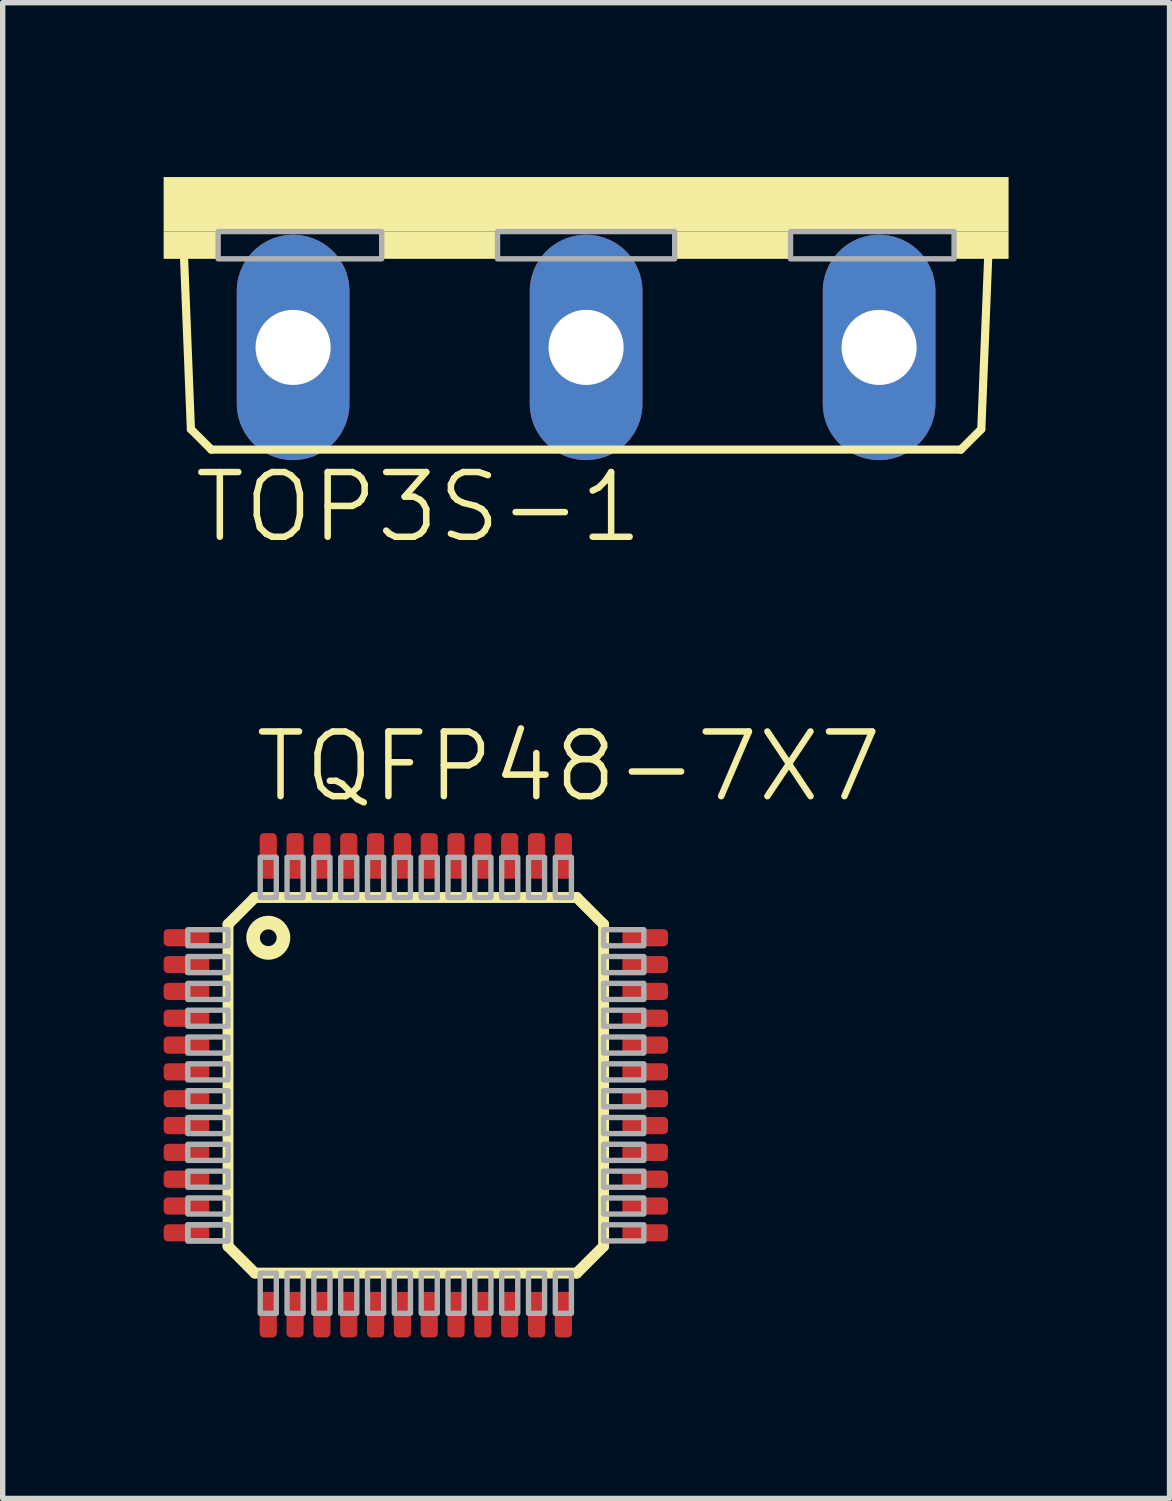
<source format=kicad_pcb>
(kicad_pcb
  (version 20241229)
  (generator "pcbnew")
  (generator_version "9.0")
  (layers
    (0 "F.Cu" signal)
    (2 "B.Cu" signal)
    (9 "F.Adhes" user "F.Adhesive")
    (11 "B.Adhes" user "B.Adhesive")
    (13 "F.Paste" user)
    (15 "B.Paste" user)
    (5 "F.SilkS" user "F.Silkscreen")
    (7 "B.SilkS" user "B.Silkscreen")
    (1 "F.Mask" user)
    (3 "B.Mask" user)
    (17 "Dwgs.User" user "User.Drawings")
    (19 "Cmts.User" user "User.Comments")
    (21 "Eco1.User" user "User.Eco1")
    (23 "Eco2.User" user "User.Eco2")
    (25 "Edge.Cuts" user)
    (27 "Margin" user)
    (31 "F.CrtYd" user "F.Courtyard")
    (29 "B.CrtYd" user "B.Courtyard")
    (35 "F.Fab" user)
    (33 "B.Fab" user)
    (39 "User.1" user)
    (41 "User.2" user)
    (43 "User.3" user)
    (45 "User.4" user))
  (footprint "TOP3S-1"
    (layer "F.Cu")
    (at 7.874 0.25)
    (property "Reference" "TOP3S-1" (at -7.366 6.858 0) (layer "F.SilkS") (effects (font (size 1.206 1.206) (thickness 0.121)) (justify left bottom)))
    (attr through_hole)
    (fp_line (start -7.366 4.699) (end -7.493 1.524) (stroke (width 0.152) (type solid)) (layer "F.SilkS"))
    (fp_line (start -6.985 5.08) (end -7.366 4.699) (stroke (width 0.152) (type solid)) (layer "F.SilkS"))
    (fp_line (start -6.985 5.08) (end 6.985 5.08) (stroke (width 0.152) (type solid)) (layer "F.SilkS"))
    (fp_line (start 6.985 5.08) (end 7.366 4.699) (stroke (width 0.152) (type solid)) (layer "F.SilkS"))
    (fp_line (start 7.366 4.699) (end 7.493 1.524) (stroke (width 0.152) (type solid)) (layer "F.SilkS"))
    (fp_poly (pts (xy -7.874 1.016) (xy 7.874 1.016) (xy 7.874 0) (xy -7.874 0)) (stroke (width 0) (type solid)) (fill yes) (layer "F.SilkS"))
    (fp_poly (pts (xy -7.874 1.524) (xy -6.858 1.524) (xy -6.858 1.016) (xy -7.874 1.016)) (stroke (width 0) (type solid)) (fill yes) (layer "F.SilkS"))
    (fp_poly (pts (xy -3.81 1.524) (xy -1.651 1.524) (xy -1.651 1.016) (xy -3.81 1.016)) (stroke (width 0) (type solid)) (fill yes) (layer "F.SilkS"))
    (fp_poly (pts (xy 1.651 1.524) (xy 3.81 1.524) (xy 3.81 1.016) (xy 1.651 1.016)) (stroke (width 0) (type solid)) (fill yes) (layer "F.SilkS"))
    (fp_poly (pts (xy 6.858 1.524) (xy 7.874 1.524) (xy 7.874 1.016) (xy 6.858 1.016)) (stroke (width 0) (type solid)) (fill yes) (layer "F.SilkS"))
    (fp_poly (pts (xy -6.858 1.524) (xy -3.81 1.524) (xy -3.81 1.016) (xy -6.858 1.016)) (stroke (width 0.1) (type solid)) (fill no) (layer "F.Fab"))
    (fp_poly (pts (xy -1.651 1.524) (xy 1.651 1.524) (xy 1.651 1.016) (xy -1.651 1.016)) (stroke (width 0.1) (type solid)) (fill no) (layer "F.Fab"))
    (fp_poly (pts (xy 3.81 1.524) (xy 6.858 1.524) (xy 6.858 1.016) (xy 3.81 1.016)) (stroke (width 0.1) (type solid)) (fill no) (layer "F.Fab"))
    (pad "A1" thru_hole oval (at -5.461 3.175 90) (size 4.2 2.1) (drill 1.4) (layers "*.Cu" "*.Mask"))
    (pad "A2" thru_hole oval (at 0 3.175 90) (size 4.2 2.1) (drill 1.4) (layers "*.Cu" "*.Mask"))
    (pad "G" thru_hole oval (at 5.461 3.175 90) (size 4.2 2.1) (drill 1.4) (layers "*.Cu" "*.Mask")))
  (footprint "TQFP48-7X7"
    (layer "F.Cu")
    (at 4.7 17.178)
    (property "Reference" "TQFP48-7X7" (at -3.06 -5.235 0) (layer "F.SilkS") (effects (font (size 1.206 1.206) (thickness 0.121)) (justify left bottom)))
    (attr through_hole)
    (fp_line (start -3.5 -3) (end -3 -3.5) (stroke (width 0.203) (type solid)) (layer "F.SilkS"))
    (fp_line (start -3.5 3) (end -3.5 -3) (stroke (width 0.203) (type solid)) (layer "F.SilkS"))
    (fp_line (start -3 -3.5) (end 3 -3.5) (stroke (width 0.203) (type solid)) (layer "F.SilkS"))
    (fp_line (start -3 3.5) (end -3.5 3) (stroke (width 0.203) (type solid)) (layer "F.SilkS"))
    (fp_line (start 3 -3.5) (end 3.5 -3) (stroke (width 0.203) (type solid)) (layer "F.SilkS"))
    (fp_line (start 3 3.5) (end -3 3.5) (stroke (width 0.203) (type solid)) (layer "F.SilkS"))
    (fp_line (start 3.5 -3) (end 3.5 3) (stroke (width 0.203) (type solid)) (layer "F.SilkS"))
    (fp_line (start 3.5 3) (end 3 3.5) (stroke (width 0.203) (type solid)) (layer "F.SilkS"))
    (fp_circle (center -2.75 -2.75) (end -2.467 -2.75) (stroke (width 0.254) (type solid)) (fill no) (layer "F.SilkS"))
    (fp_poly (pts (xy -4.25 -2.6) (xy -3.5 -2.6) (xy -3.5 -2.9) (xy -4.25 -2.9)) (stroke (width 0.1) (type solid)) (fill no) (layer "F.Fab"))
    (fp_poly (pts (xy -4.25 -2.1) (xy -3.5 -2.1) (xy -3.5 -2.4) (xy -4.25 -2.4)) (stroke (width 0.1) (type solid)) (fill no) (layer "F.Fab"))
    (fp_poly (pts (xy -4.25 -1.6) (xy -3.5 -1.6) (xy -3.5 -1.9) (xy -4.25 -1.9)) (stroke (width 0.1) (type solid)) (fill no) (layer "F.Fab"))
    (fp_poly (pts (xy -4.25 -1.1) (xy -3.5 -1.1) (xy -3.5 -1.4) (xy -4.25 -1.4)) (stroke (width 0.1) (type solid)) (fill no) (layer "F.Fab"))
    (fp_poly (pts (xy -4.25 -0.6) (xy -3.5 -0.6) (xy -3.5 -0.9) (xy -4.25 -0.9)) (stroke (width 0.1) (type solid)) (fill no) (layer "F.Fab"))
    (fp_poly (pts (xy -4.25 -0.1) (xy -3.5 -0.1) (xy -3.5 -0.4) (xy -4.25 -0.4)) (stroke (width 0.1) (type solid)) (fill no) (layer "F.Fab"))
    (fp_poly (pts (xy -4.25 0.4) (xy -3.5 0.4) (xy -3.5 0.1) (xy -4.25 0.1)) (stroke (width 0.1) (type solid)) (fill no) (layer "F.Fab"))
    (fp_poly (pts (xy -4.25 0.9) (xy -3.5 0.9) (xy -3.5 0.6) (xy -4.25 0.6)) (stroke (width 0.1) (type solid)) (fill no) (layer "F.Fab"))
    (fp_poly (pts (xy -4.25 1.4) (xy -3.5 1.4) (xy -3.5 1.1) (xy -4.25 1.1)) (stroke (width 0.1) (type solid)) (fill no) (layer "F.Fab"))
    (fp_poly (pts (xy -4.25 1.9) (xy -3.5 1.9) (xy -3.5 1.6) (xy -4.25 1.6)) (stroke (width 0.1) (type solid)) (fill no) (layer "F.Fab"))
    (fp_poly (pts (xy -4.25 2.4) (xy -3.5 2.4) (xy -3.5 2.1) (xy -4.25 2.1)) (stroke (width 0.1) (type solid)) (fill no) (layer "F.Fab"))
    (fp_poly (pts (xy -4.25 2.9) (xy -3.5 2.9) (xy -3.5 2.6) (xy -4.25 2.6)) (stroke (width 0.1) (type solid)) (fill no) (layer "F.Fab"))
    (fp_poly (pts (xy -4.25 2.9) (xy -3.5 2.9) (xy -3.5 2.6) (xy -4.25 2.6)) (stroke (width 0.1) (type solid)) (fill no) (layer "F.Fab"))
    (fp_poly (pts (xy -2.9 -3.5) (xy -2.6 -3.5) (xy -2.6 -4.25) (xy -2.9 -4.25)) (stroke (width 0.1) (type solid)) (fill no) (layer "F.Fab"))
    (fp_poly (pts (xy -2.9 4.25) (xy -2.6 4.25) (xy -2.6 3.5) (xy -2.9 3.5)) (stroke (width 0.1) (type solid)) (fill no) (layer "F.Fab"))
    (fp_poly (pts (xy -2.4 -3.5) (xy -2.1 -3.5) (xy -2.1 -4.25) (xy -2.4 -4.25)) (stroke (width 0.1) (type solid)) (fill no) (layer "F.Fab"))
    (fp_poly (pts (xy -2.4 4.25) (xy -2.1 4.25) (xy -2.1 3.5) (xy -2.4 3.5)) (stroke (width 0.1) (type solid)) (fill no) (layer "F.Fab"))
    (fp_poly (pts (xy -1.9 -3.5) (xy -1.6 -3.5) (xy -1.6 -4.25) (xy -1.9 -4.25)) (stroke (width 0.1) (type solid)) (fill no) (layer "F.Fab"))
    (fp_poly (pts (xy -1.9 4.25) (xy -1.6 4.25) (xy -1.6 3.5) (xy -1.9 3.5)) (stroke (width 0.1) (type solid)) (fill no) (layer "F.Fab"))
    (fp_poly (pts (xy -1.4 -3.5) (xy -1.1 -3.5) (xy -1.1 -4.25) (xy -1.4 -4.25)) (stroke (width 0.1) (type solid)) (fill no) (layer "F.Fab"))
    (fp_poly (pts (xy -1.4 4.25) (xy -1.1 4.25) (xy -1.1 3.5) (xy -1.4 3.5)) (stroke (width 0.1) (type solid)) (fill no) (layer "F.Fab"))
    (fp_poly (pts (xy -0.9 -3.5) (xy -0.6 -3.5) (xy -0.6 -4.25) (xy -0.9 -4.25)) (stroke (width 0.1) (type solid)) (fill no) (layer "F.Fab"))
    (fp_poly (pts (xy -0.9 4.25) (xy -0.6 4.25) (xy -0.6 3.5) (xy -0.9 3.5)) (stroke (width 0.1) (type solid)) (fill no) (layer "F.Fab"))
    (fp_poly (pts (xy -0.4 -3.5) (xy -0.1 -3.5) (xy -0.1 -4.25) (xy -0.4 -4.25)) (stroke (width 0.1) (type solid)) (fill no) (layer "F.Fab"))
    (fp_poly (pts (xy -0.4 4.25) (xy -0.1 4.25) (xy -0.1 3.5) (xy -0.4 3.5)) (stroke (width 0.1) (type solid)) (fill no) (layer "F.Fab"))
    (fp_poly (pts (xy 0.1 -3.5) (xy 0.4 -3.5) (xy 0.4 -4.25) (xy 0.1 -4.25)) (stroke (width 0.1) (type solid)) (fill no) (layer "F.Fab"))
    (fp_poly (pts (xy 0.1 4.25) (xy 0.4 4.25) (xy 0.4 3.5) (xy 0.1 3.5)) (stroke (width 0.1) (type solid)) (fill no) (layer "F.Fab"))
    (fp_poly (pts (xy 0.6 -3.5) (xy 0.9 -3.5) (xy 0.9 -4.25) (xy 0.6 -4.25)) (stroke (width 0.1) (type solid)) (fill no) (layer "F.Fab"))
    (fp_poly (pts (xy 0.6 4.25) (xy 0.9 4.25) (xy 0.9 3.5) (xy 0.6 3.5)) (stroke (width 0.1) (type solid)) (fill no) (layer "F.Fab"))
    (fp_poly (pts (xy 1.1 -3.5) (xy 1.4 -3.5) (xy 1.4 -4.25) (xy 1.1 -4.25)) (stroke (width 0.1) (type solid)) (fill no) (layer "F.Fab"))
    (fp_poly (pts (xy 1.1 4.25) (xy 1.4 4.25) (xy 1.4 3.5) (xy 1.1 3.5)) (stroke (width 0.1) (type solid)) (fill no) (layer "F.Fab"))
    (fp_poly (pts (xy 1.6 -3.5) (xy 1.9 -3.5) (xy 1.9 -4.25) (xy 1.6 -4.25)) (stroke (width 0.1) (type solid)) (fill no) (layer "F.Fab"))
    (fp_poly (pts (xy 1.6 4.25) (xy 1.9 4.25) (xy 1.9 3.5) (xy 1.6 3.5)) (stroke (width 0.1) (type solid)) (fill no) (layer "F.Fab"))
    (fp_poly (pts (xy 2.1 -3.5) (xy 2.4 -3.5) (xy 2.4 -4.25) (xy 2.1 -4.25)) (stroke (width 0.1) (type solid)) (fill no) (layer "F.Fab"))
    (fp_poly (pts (xy 2.1 4.25) (xy 2.4 4.25) (xy 2.4 3.5) (xy 2.1 3.5)) (stroke (width 0.1) (type solid)) (fill no) (layer "F.Fab"))
    (fp_poly (pts (xy 2.6 -3.5) (xy 2.9 -3.5) (xy 2.9 -4.25) (xy 2.6 -4.25)) (stroke (width 0.1) (type solid)) (fill no) (layer "F.Fab"))
    (fp_poly (pts (xy 2.6 4.25) (xy 2.9 4.25) (xy 2.9 3.5) (xy 2.6 3.5)) (stroke (width 0.1) (type solid)) (fill no) (layer "F.Fab"))
    (fp_poly (pts (xy 3.5 -2.6) (xy 4.25 -2.6) (xy 4.25 -2.9) (xy 3.5 -2.9)) (stroke (width 0.1) (type solid)) (fill no) (layer "F.Fab"))
    (fp_poly (pts (xy 3.5 -2.1) (xy 4.25 -2.1) (xy 4.25 -2.4) (xy 3.5 -2.4)) (stroke (width 0.1) (type solid)) (fill no) (layer "F.Fab"))
    (fp_poly (pts (xy 3.5 -1.6) (xy 4.25 -1.6) (xy 4.25 -1.9) (xy 3.5 -1.9)) (stroke (width 0.1) (type solid)) (fill no) (layer "F.Fab"))
    (fp_poly (pts (xy 3.5 -1.1) (xy 4.25 -1.1) (xy 4.25 -1.4) (xy 3.5 -1.4)) (stroke (width 0.1) (type solid)) (fill no) (layer "F.Fab"))
    (fp_poly (pts (xy 3.5 -0.6) (xy 4.25 -0.6) (xy 4.25 -0.9) (xy 3.5 -0.9)) (stroke (width 0.1) (type solid)) (fill no) (layer "F.Fab"))
    (fp_poly (pts (xy 3.5 -0.1) (xy 4.25 -0.1) (xy 4.25 -0.4) (xy 3.5 -0.4)) (stroke (width 0.1) (type solid)) (fill no) (layer "F.Fab"))
    (fp_poly (pts (xy 3.5 0.4) (xy 4.25 0.4) (xy 4.25 0.1) (xy 3.5 0.1)) (stroke (width 0.1) (type solid)) (fill no) (layer "F.Fab"))
    (fp_poly (pts (xy 3.5 0.9) (xy 4.25 0.9) (xy 4.25 0.6) (xy 3.5 0.6)) (stroke (width 0.1) (type solid)) (fill no) (layer "F.Fab"))
    (fp_poly (pts (xy 3.5 1.4) (xy 4.25 1.4) (xy 4.25 1.1) (xy 3.5 1.1)) (stroke (width 0.1) (type solid)) (fill no) (layer "F.Fab"))
    (fp_poly (pts (xy 3.5 1.9) (xy 4.25 1.9) (xy 4.25 1.6) (xy 3.5 1.6)) (stroke (width 0.1) (type solid)) (fill no) (layer "F.Fab"))
    (fp_poly (pts (xy 3.5 2.4) (xy 4.25 2.4) (xy 4.25 2.1) (xy 3.5 2.1)) (stroke (width 0.1) (type solid)) (fill no) (layer "F.Fab"))
    (fp_poly (pts (xy 3.5 2.9) (xy 4.25 2.9) (xy 4.25 2.6) (xy 3.5 2.6)) (stroke (width 0.1) (type solid)) (fill no) (layer "F.Fab"))
    (pad "1" smd roundrect (at -4.275 -2.75) (size 0.85 0.32) (layers "F.Cu" "F.Mask" "F.Paste") (roundrect_rratio 0.25))
    (pad "2" smd roundrect (at -4.275 -2.25) (size 0.85 0.32) (layers "F.Cu" "F.Mask" "F.Paste") (roundrect_rratio 0.25))
    (pad "3" smd roundrect (at -4.275 -1.75) (size 0.85 0.32) (layers "F.Cu" "F.Mask" "F.Paste") (roundrect_rratio 0.25))
    (pad "4" smd roundrect (at -4.275 -1.25) (size 0.85 0.32) (layers "F.Cu" "F.Mask" "F.Paste") (roundrect_rratio 0.25))
    (pad "5" smd roundrect (at -4.275 -0.75) (size 0.85 0.32) (layers "F.Cu" "F.Mask" "F.Paste") (roundrect_rratio 0.25))
    (pad "6" smd roundrect (at -4.275 -0.25) (size 0.85 0.32) (layers "F.Cu" "F.Mask" "F.Paste") (roundrect_rratio 0.25))
    (pad "7" smd roundrect (at -4.275 0.25) (size 0.85 0.32) (layers "F.Cu" "F.Mask" "F.Paste") (roundrect_rratio 0.25))
    (pad "8" smd roundrect (at -4.275 0.75) (size 0.85 0.32) (layers "F.Cu" "F.Mask" "F.Paste") (roundrect_rratio 0.25))
    (pad "9" smd roundrect (at -4.275 1.25) (size 0.85 0.32) (layers "F.Cu" "F.Mask" "F.Paste") (roundrect_rratio 0.25))
    (pad "10" smd roundrect (at -4.275 1.75) (size 0.85 0.32) (layers "F.Cu" "F.Mask" "F.Paste") (roundrect_rratio 0.25))
    (pad "11" smd roundrect (at -4.275 2.25) (size 0.85 0.32) (layers "F.Cu" "F.Mask" "F.Paste") (roundrect_rratio 0.25))
    (pad "12" smd roundrect (at -4.275 2.75) (size 0.85 0.32) (layers "F.Cu" "F.Mask" "F.Paste") (roundrect_rratio 0.25))
    (pad "13" smd roundrect (at -2.75 4.275 90) (size 0.85 0.32) (layers "F.Cu" "F.Mask" "F.Paste") (roundrect_rratio 0.25))
    (pad "14" smd roundrect (at -2.25 4.275 90) (size 0.85 0.32) (layers "F.Cu" "F.Mask" "F.Paste") (roundrect_rratio 0.25))
    (pad "15" smd roundrect (at -1.75 4.275 90) (size 0.85 0.32) (layers "F.Cu" "F.Mask" "F.Paste") (roundrect_rratio 0.25))
    (pad "16" smd roundrect (at -1.25 4.275 90) (size 0.85 0.32) (layers "F.Cu" "F.Mask" "F.Paste") (roundrect_rratio 0.25))
    (pad "17" smd roundrect (at -0.75 4.275 90) (size 0.85 0.32) (layers "F.Cu" "F.Mask" "F.Paste") (roundrect_rratio 0.25))
    (pad "18" smd roundrect (at -0.25 4.275 90) (size 0.85 0.32) (layers "F.Cu" "F.Mask" "F.Paste") (roundrect_rratio 0.25))
    (pad "19" smd roundrect (at 0.25 4.275 90) (size 0.85 0.32) (layers "F.Cu" "F.Mask" "F.Paste") (roundrect_rratio 0.25))
    (pad "20" smd roundrect (at 0.75 4.275 90) (size 0.85 0.32) (layers "F.Cu" "F.Mask" "F.Paste") (roundrect_rratio 0.25))
    (pad "21" smd roundrect (at 1.25 4.275 90) (size 0.85 0.32) (layers "F.Cu" "F.Mask" "F.Paste") (roundrect_rratio 0.25))
    (pad "22" smd roundrect (at 1.75 4.275 90) (size 0.85 0.32) (layers "F.Cu" "F.Mask" "F.Paste") (roundrect_rratio 0.25))
    (pad "23" smd roundrect (at 2.25 4.275 90) (size 0.85 0.32) (layers "F.Cu" "F.Mask" "F.Paste") (roundrect_rratio 0.25))
    (pad "24" smd roundrect (at 2.75 4.275 90) (size 0.85 0.32) (layers "F.Cu" "F.Mask" "F.Paste") (roundrect_rratio 0.25))
    (pad "25" smd roundrect (at 4.275 2.75) (size 0.85 0.32) (layers "F.Cu" "F.Mask" "F.Paste") (roundrect_rratio 0.25))
    (pad "26" smd roundrect (at 4.275 2.25) (size 0.85 0.32) (layers "F.Cu" "F.Mask" "F.Paste") (roundrect_rratio 0.25))
    (pad "27" smd roundrect (at 4.275 1.75) (size 0.85 0.32) (layers "F.Cu" "F.Mask" "F.Paste") (roundrect_rratio 0.25))
    (pad "28" smd roundrect (at 4.275 1.25) (size 0.85 0.32) (layers "F.Cu" "F.Mask" "F.Paste") (roundrect_rratio 0.25))
    (pad "29" smd roundrect (at 4.275 0.75) (size 0.85 0.32) (layers "F.Cu" "F.Mask" "F.Paste") (roundrect_rratio 0.25))
    (pad "30" smd roundrect (at 4.275 0.25) (size 0.85 0.32) (layers "F.Cu" "F.Mask" "F.Paste") (roundrect_rratio 0.25))
    (pad "31" smd roundrect (at 4.275 -0.25) (size 0.85 0.32) (layers "F.Cu" "F.Mask" "F.Paste") (roundrect_rratio 0.25))
    (pad "32" smd roundrect (at 4.275 -0.75) (size 0.85 0.32) (layers "F.Cu" "F.Mask" "F.Paste") (roundrect_rratio 0.25))
    (pad "33" smd roundrect (at 4.275 -1.25) (size 0.85 0.32) (layers "F.Cu" "F.Mask" "F.Paste") (roundrect_rratio 0.25))
    (pad "34" smd roundrect (at 4.275 -1.75) (size 0.85 0.32) (layers "F.Cu" "F.Mask" "F.Paste") (roundrect_rratio 0.25))
    (pad "35" smd roundrect (at 4.275 -2.25) (size 0.85 0.32) (layers "F.Cu" "F.Mask" "F.Paste") (roundrect_rratio 0.25))
    (pad "36" smd roundrect (at 4.275 -2.75) (size 0.85 0.32) (layers "F.Cu" "F.Mask" "F.Paste") (roundrect_rratio 0.25))
    (pad "37" smd roundrect (at 2.75 -4.275 90) (size 0.85 0.32) (layers "F.Cu" "F.Mask" "F.Paste") (roundrect_rratio 0.25))
    (pad "38" smd roundrect (at 2.25 -4.275 90) (size 0.85 0.32) (layers "F.Cu" "F.Mask" "F.Paste") (roundrect_rratio 0.25))
    (pad "39" smd roundrect (at 1.75 -4.275 90) (size 0.85 0.32) (layers "F.Cu" "F.Mask" "F.Paste") (roundrect_rratio 0.25))
    (pad "40" smd roundrect (at 1.25 -4.275 90) (size 0.85 0.32) (layers "F.Cu" "F.Mask" "F.Paste") (roundrect_rratio 0.25))
    (pad "41" smd roundrect (at 0.75 -4.275 90) (size 0.85 0.32) (layers "F.Cu" "F.Mask" "F.Paste") (roundrect_rratio 0.25))
    (pad "42" smd roundrect (at 0.25 -4.275 90) (size 0.85 0.32) (layers "F.Cu" "F.Mask" "F.Paste") (roundrect_rratio 0.25))
    (pad "43" smd roundrect (at -0.25 -4.275 90) (size 0.85 0.32) (layers "F.Cu" "F.Mask" "F.Paste") (roundrect_rratio 0.25))
    (pad "44" smd roundrect (at -0.75 -4.275 90) (size 0.85 0.32) (layers "F.Cu" "F.Mask" "F.Paste") (roundrect_rratio 0.25))
    (pad "45" smd roundrect (at -1.25 -4.275 90) (size 0.85 0.32) (layers "F.Cu" "F.Mask" "F.Paste") (roundrect_rratio 0.25))
    (pad "46" smd roundrect (at -1.75 -4.275 90) (size 0.85 0.32) (layers "F.Cu" "F.Mask" "F.Paste") (roundrect_rratio 0.25))
    (pad "47" smd roundrect (at -2.25 -4.275 90) (size 0.85 0.32) (layers "F.Cu" "F.Mask" "F.Paste") (roundrect_rratio 0.25))
    (pad "48" smd roundrect (at -2.75 -4.275 90) (size 0.85 0.32) (layers "F.Cu" "F.Mask" "F.Paste") (roundrect_rratio 0.25)))
  (gr_rect
    (start -3 -3)
    (end 18.748 24.878)
    (stroke (width 0.1) (type default))
    (fill no)
    (layer "Edge.Cuts")))
</source>
